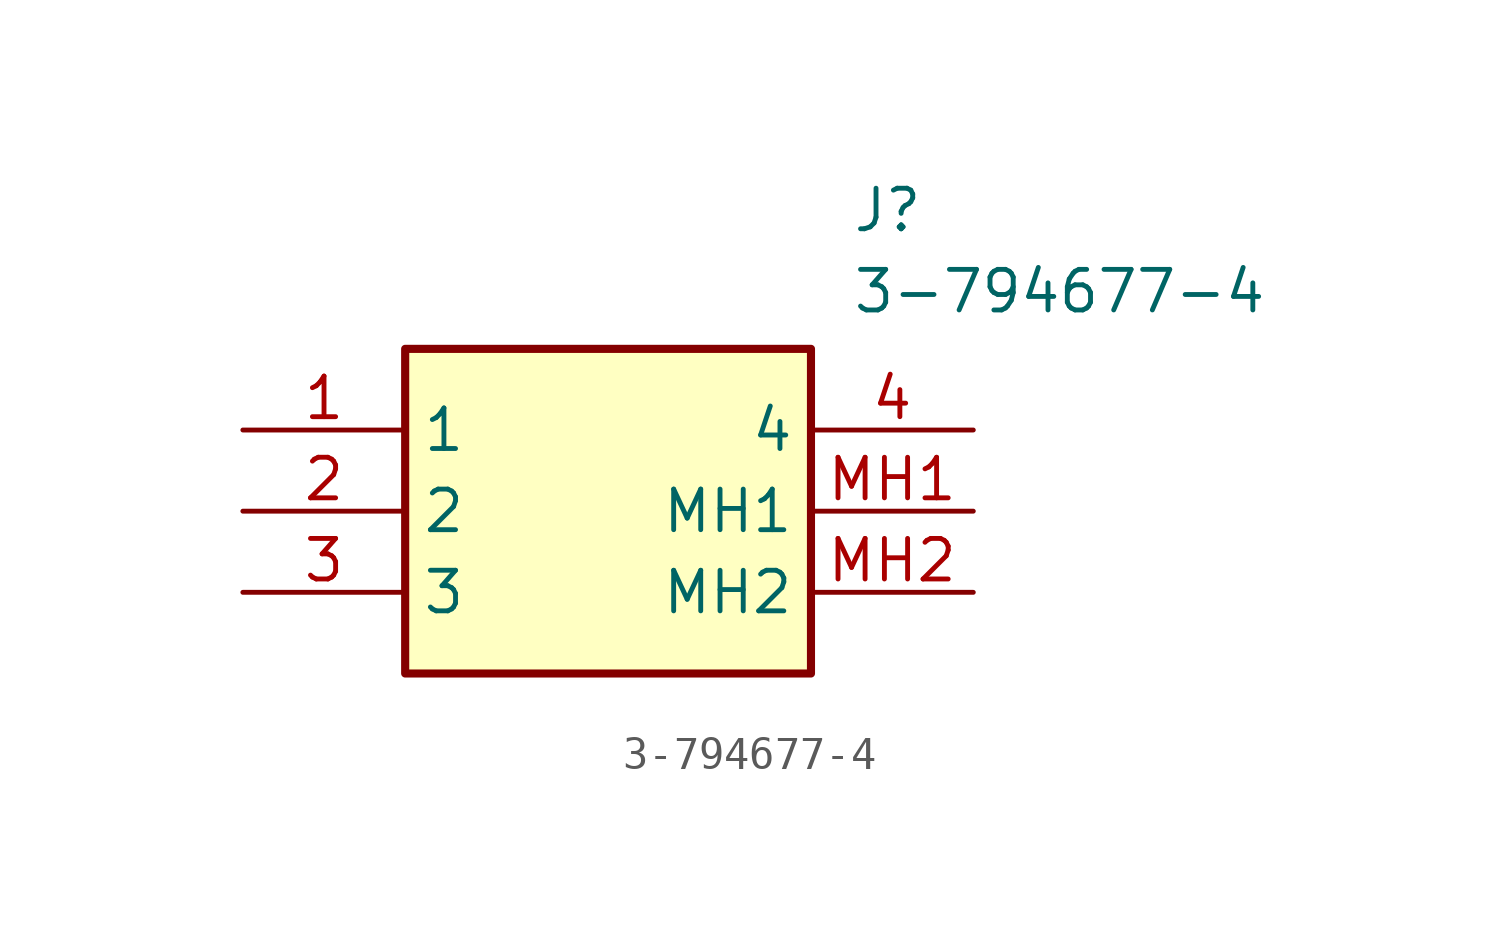
<source format=kicad_sym>
(kicad_symbol_lib
  (version 20211014)
  (generator SamacSys_ECAD_Model)
  (symbol "3-794677-4"
    (property "Reference" "J"
      (at 19.05 7.62 0)
      (effects (font (size 1.27 1.27)) (justify left top)))
    (property "Value" "3-794677-4"
      (at 19.05 5.08 0)
      (effects (font (size 1.27 1.27)) (justify left top)))
    (rectangle
      (start 5.08 2.54)
      (end 17.78 -7.62)
      (stroke (width 0.254) (type default))
      (fill (type background)))
    (pin passive line
      (at 0 0 0)
      (length 5.08)
      (name "1" (effects (font (size 1.27 1.27))))
      (number "1" (effects (font (size 1.27 1.27)))))
    (pin passive line
      (at 0 -2.54 0)
      (length 5.08)
      (name "2" (effects (font (size 1.27 1.27))))
      (number "2" (effects (font (size 1.27 1.27)))))
    (pin passive line
      (at 0 -5.08 0)
      (length 5.08)
      (name "3" (effects (font (size 1.27 1.27))))
      (number "3" (effects (font (size 1.27 1.27)))))
    (pin passive line
      (at 22.86 0 180)
      (length 5.08)
      (name "4" (effects (font (size 1.27 1.27))))
      (number "4" (effects (font (size 1.27 1.27)))))
    (pin passive line
      (at 22.86 -2.54 180)
      (length 5.08)
      (name "MH1" (effects (font (size 1.27 1.27))))
      (number "MH1" (effects (font (size 1.27 1.27)))))
    (pin passive line
      (at 22.86 -5.08 180)
      (length 5.08)
      (name "MH2" (effects (font (size 1.27 1.27))))
      (number "MH2" (effects (font (size 1.27 1.27)))))))
</source>
